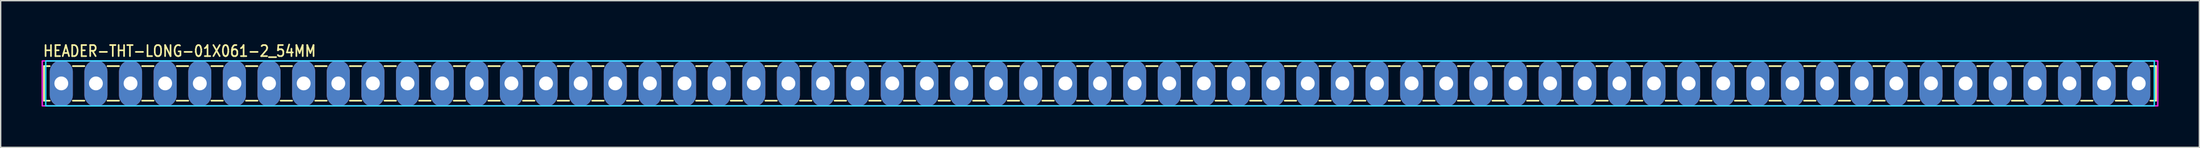
<source format=kicad_pcb>
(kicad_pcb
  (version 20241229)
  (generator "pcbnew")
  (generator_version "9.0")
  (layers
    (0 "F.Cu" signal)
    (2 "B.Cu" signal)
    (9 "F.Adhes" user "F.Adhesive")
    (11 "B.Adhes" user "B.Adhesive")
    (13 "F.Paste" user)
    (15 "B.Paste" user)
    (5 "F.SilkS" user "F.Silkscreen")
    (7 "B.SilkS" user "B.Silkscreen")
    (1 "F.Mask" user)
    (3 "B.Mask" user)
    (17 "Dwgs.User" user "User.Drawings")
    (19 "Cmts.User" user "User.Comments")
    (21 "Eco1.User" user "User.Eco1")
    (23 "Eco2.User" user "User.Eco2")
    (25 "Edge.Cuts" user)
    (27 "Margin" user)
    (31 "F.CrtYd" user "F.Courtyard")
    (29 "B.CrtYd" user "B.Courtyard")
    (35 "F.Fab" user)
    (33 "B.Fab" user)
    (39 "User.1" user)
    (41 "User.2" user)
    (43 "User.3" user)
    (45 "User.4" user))
  (footprint "HEADER-THT-LONG-01X061-2_54MM"
    (layer "F.Cu")
    (at 1.447 3.079)
    (property "Reference" "HEADER-THT-LONG-01X061-2_54MM" (at -1.4 -1.9 0) (unlocked yes) (layer "F.SilkS") (effects (font (size 0.813 0.695) (thickness 0.122)) (justify left bottom)))
    (fp_line (start -1.27 -1.27) (end -1.27 1.27) (stroke (width 0.127) (type solid)) (layer "F.SilkS"))
    (fp_line (start -1.27 1.27) (end -0.85 1.27) (stroke (width 0.127) (type solid)) (layer "F.SilkS"))
    (fp_line (start -0.85 -1.27) (end -1.27 -1.27) (stroke (width 0.127) (type solid)) (layer "F.SilkS"))
    (fp_line (start 0.85 -1.27) (end 1.69 -1.27) (stroke (width 0.127) (type solid)) (layer "F.SilkS"))
    (fp_line (start 0.85 1.27) (end 1.69 1.27) (stroke (width 0.127) (type solid)) (layer "F.SilkS"))
    (fp_line (start 3.39 -1.27) (end 4.23 -1.27) (stroke (width 0.127) (type solid)) (layer "F.SilkS"))
    (fp_line (start 3.39 1.27) (end 4.23 1.27) (stroke (width 0.127) (type solid)) (layer "F.SilkS"))
    (fp_line (start 5.93 -1.27) (end 6.77 -1.27) (stroke (width 0.127) (type solid)) (layer "F.SilkS"))
    (fp_line (start 5.93 1.27) (end 6.77 1.27) (stroke (width 0.127) (type solid)) (layer "F.SilkS"))
    (fp_line (start 8.47 -1.27) (end 9.31 -1.27) (stroke (width 0.127) (type solid)) (layer "F.SilkS"))
    (fp_line (start 8.47 1.27) (end 9.31 1.27) (stroke (width 0.127) (type solid)) (layer "F.SilkS"))
    (fp_line (start 11.01 -1.27) (end 11.85 -1.27) (stroke (width 0.127) (type solid)) (layer "F.SilkS"))
    (fp_line (start 11.01 1.27) (end 11.85 1.27) (stroke (width 0.127) (type solid)) (layer "F.SilkS"))
    (fp_line (start 13.55 -1.27) (end 14.39 -1.27) (stroke (width 0.127) (type solid)) (layer "F.SilkS"))
    (fp_line (start 13.55 1.27) (end 14.39 1.27) (stroke (width 0.127) (type solid)) (layer "F.SilkS"))
    (fp_line (start 16.09 -1.27) (end 16.93 -1.27) (stroke (width 0.127) (type solid)) (layer "F.SilkS"))
    (fp_line (start 16.09 1.27) (end 16.93 1.27) (stroke (width 0.127) (type solid)) (layer "F.SilkS"))
    (fp_line (start 18.63 -1.27) (end 19.47 -1.27) (stroke (width 0.127) (type solid)) (layer "F.SilkS"))
    (fp_line (start 18.63 1.27) (end 19.47 1.27) (stroke (width 0.127) (type solid)) (layer "F.SilkS"))
    (fp_line (start 21.17 -1.27) (end 22.01 -1.27) (stroke (width 0.127) (type solid)) (layer "F.SilkS"))
    (fp_line (start 21.17 1.27) (end 22.01 1.27) (stroke (width 0.127) (type solid)) (layer "F.SilkS"))
    (fp_line (start 23.71 -1.27) (end 24.55 -1.27) (stroke (width 0.127) (type solid)) (layer "F.SilkS"))
    (fp_line (start 23.71 1.27) (end 24.55 1.27) (stroke (width 0.127) (type solid)) (layer "F.SilkS"))
    (fp_line (start 26.25 -1.27) (end 27.09 -1.27) (stroke (width 0.127) (type solid)) (layer "F.SilkS"))
    (fp_line (start 26.25 1.27) (end 27.09 1.27) (stroke (width 0.127) (type solid)) (layer "F.SilkS"))
    (fp_line (start 28.79 -1.27) (end 29.63 -1.27) (stroke (width 0.127) (type solid)) (layer "F.SilkS"))
    (fp_line (start 28.79 1.27) (end 29.63 1.27) (stroke (width 0.127) (type solid)) (layer "F.SilkS"))
    (fp_line (start 31.33 -1.27) (end 32.17 -1.27) (stroke (width 0.127) (type solid)) (layer "F.SilkS"))
    (fp_line (start 31.33 1.27) (end 32.17 1.27) (stroke (width 0.127) (type solid)) (layer "F.SilkS"))
    (fp_line (start 33.87 -1.27) (end 34.71 -1.27) (stroke (width 0.127) (type solid)) (layer "F.SilkS"))
    (fp_line (start 33.87 1.27) (end 34.71 1.27) (stroke (width 0.127) (type solid)) (layer "F.SilkS"))
    (fp_line (start 36.41 -1.27) (end 37.25 -1.27) (stroke (width 0.127) (type solid)) (layer "F.SilkS"))
    (fp_line (start 36.41 1.27) (end 37.25 1.27) (stroke (width 0.127) (type solid)) (layer "F.SilkS"))
    (fp_line (start 38.95 -1.27) (end 39.79 -1.27) (stroke (width 0.127) (type solid)) (layer "F.SilkS"))
    (fp_line (start 38.95 1.27) (end 39.79 1.27) (stroke (width 0.127) (type solid)) (layer "F.SilkS"))
    (fp_line (start 41.49 -1.27) (end 42.33 -1.27) (stroke (width 0.127) (type solid)) (layer "F.SilkS"))
    (fp_line (start 41.49 1.27) (end 42.33 1.27) (stroke (width 0.127) (type solid)) (layer "F.SilkS"))
    (fp_line (start 44.03 -1.27) (end 44.87 -1.27) (stroke (width 0.127) (type solid)) (layer "F.SilkS"))
    (fp_line (start 44.03 1.27) (end 44.87 1.27) (stroke (width 0.127) (type solid)) (layer "F.SilkS"))
    (fp_line (start 46.57 -1.27) (end 47.41 -1.27) (stroke (width 0.127) (type solid)) (layer "F.SilkS"))
    (fp_line (start 46.57 1.27) (end 47.41 1.27) (stroke (width 0.127) (type solid)) (layer "F.SilkS"))
    (fp_line (start 49.11 -1.27) (end 49.95 -1.27) (stroke (width 0.127) (type solid)) (layer "F.SilkS"))
    (fp_line (start 49.11 1.27) (end 49.95 1.27) (stroke (width 0.127) (type solid)) (layer "F.SilkS"))
    (fp_line (start 51.65 -1.27) (end 52.49 -1.27) (stroke (width 0.127) (type solid)) (layer "F.SilkS"))
    (fp_line (start 51.65 1.27) (end 52.49 1.27) (stroke (width 0.127) (type solid)) (layer "F.SilkS"))
    (fp_line (start 54.19 -1.27) (end 55.03 -1.27) (stroke (width 0.127) (type solid)) (layer "F.SilkS"))
    (fp_line (start 54.19 1.27) (end 55.03 1.27) (stroke (width 0.127) (type solid)) (layer "F.SilkS"))
    (fp_line (start 56.73 -1.27) (end 57.57 -1.27) (stroke (width 0.127) (type solid)) (layer "F.SilkS"))
    (fp_line (start 56.73 1.27) (end 57.57 1.27) (stroke (width 0.127) (type solid)) (layer "F.SilkS"))
    (fp_line (start 59.27 -1.27) (end 60.11 -1.27) (stroke (width 0.127) (type solid)) (layer "F.SilkS"))
    (fp_line (start 59.27 1.27) (end 60.11 1.27) (stroke (width 0.127) (type solid)) (layer "F.SilkS"))
    (fp_line (start 61.81 -1.27) (end 62.65 -1.27) (stroke (width 0.127) (type solid)) (layer "F.SilkS"))
    (fp_line (start 61.81 1.27) (end 62.65 1.27) (stroke (width 0.127) (type solid)) (layer "F.SilkS"))
    (fp_line (start 64.35 -1.27) (end 65.19 -1.27) (stroke (width 0.127) (type solid)) (layer "F.SilkS"))
    (fp_line (start 64.35 1.27) (end 65.19 1.27) (stroke (width 0.127) (type solid)) (layer "F.SilkS"))
    (fp_line (start 66.89 -1.27) (end 67.73 -1.27) (stroke (width 0.127) (type solid)) (layer "F.SilkS"))
    (fp_line (start 66.89 1.27) (end 67.73 1.27) (stroke (width 0.127) (type solid)) (layer "F.SilkS"))
    (fp_line (start 69.43 -1.27) (end 70.27 -1.27) (stroke (width 0.127) (type solid)) (layer "F.SilkS"))
    (fp_line (start 69.43 1.27) (end 70.27 1.27) (stroke (width 0.127) (type solid)) (layer "F.SilkS"))
    (fp_line (start 71.97 -1.27) (end 72.81 -1.27) (stroke (width 0.127) (type solid)) (layer "F.SilkS"))
    (fp_line (start 71.97 1.27) (end 72.81 1.27) (stroke (width 0.127) (type solid)) (layer "F.SilkS"))
    (fp_line (start 74.51 -1.27) (end 75.35 -1.27) (stroke (width 0.127) (type solid)) (layer "F.SilkS"))
    (fp_line (start 74.51 1.27) (end 75.35 1.27) (stroke (width 0.127) (type solid)) (layer "F.SilkS"))
    (fp_line (start 77.05 -1.27) (end 77.89 -1.27) (stroke (width 0.127) (type solid)) (layer "F.SilkS"))
    (fp_line (start 77.05 1.27) (end 77.89 1.27) (stroke (width 0.127) (type solid)) (layer "F.SilkS"))
    (fp_line (start 79.59 -1.27) (end 80.43 -1.27) (stroke (width 0.127) (type solid)) (layer "F.SilkS"))
    (fp_line (start 79.59 1.27) (end 80.43 1.27) (stroke (width 0.127) (type solid)) (layer "F.SilkS"))
    (fp_line (start 82.13 -1.27) (end 82.97 -1.27) (stroke (width 0.127) (type solid)) (layer "F.SilkS"))
    (fp_line (start 82.13 1.27) (end 82.97 1.27) (stroke (width 0.127) (type solid)) (layer "F.SilkS"))
    (fp_line (start 84.67 -1.27) (end 85.51 -1.27) (stroke (width 0.127) (type solid)) (layer "F.SilkS"))
    (fp_line (start 84.67 1.27) (end 85.51 1.27) (stroke (width 0.127) (type solid)) (layer "F.SilkS"))
    (fp_line (start 87.21 -1.27) (end 88.05 -1.27) (stroke (width 0.127) (type solid)) (layer "F.SilkS"))
    (fp_line (start 87.21 1.27) (end 88.05 1.27) (stroke (width 0.127) (type solid)) (layer "F.SilkS"))
    (fp_line (start 89.75 -1.27) (end 90.59 -1.27) (stroke (width 0.127) (type solid)) (layer "F.SilkS"))
    (fp_line (start 89.75 1.27) (end 90.59 1.27) (stroke (width 0.127) (type solid)) (layer "F.SilkS"))
    (fp_line (start 92.29 -1.27) (end 93.13 -1.27) (stroke (width 0.127) (type solid)) (layer "F.SilkS"))
    (fp_line (start 92.29 1.27) (end 93.13 1.27) (stroke (width 0.127) (type solid)) (layer "F.SilkS"))
    (fp_line (start 94.83 -1.27) (end 95.67 -1.27) (stroke (width 0.127) (type solid)) (layer "F.SilkS"))
    (fp_line (start 94.83 1.27) (end 95.67 1.27) (stroke (width 0.127) (type solid)) (layer "F.SilkS"))
    (fp_line (start 97.37 -1.27) (end 98.21 -1.27) (stroke (width 0.127) (type solid)) (layer "F.SilkS"))
    (fp_line (start 97.37 1.27) (end 98.21 1.27) (stroke (width 0.127) (type solid)) (layer "F.SilkS"))
    (fp_line (start 99.91 -1.27) (end 100.75 -1.27) (stroke (width 0.127) (type solid)) (layer "F.SilkS"))
    (fp_line (start 99.91 1.27) (end 100.75 1.27) (stroke (width 0.127) (type solid)) (layer "F.SilkS"))
    (fp_line (start 102.45 -1.27) (end 103.29 -1.27) (stroke (width 0.127) (type solid)) (layer "F.SilkS"))
    (fp_line (start 102.45 1.27) (end 103.29 1.27) (stroke (width 0.127) (type solid)) (layer "F.SilkS"))
    (fp_line (start 104.99 -1.27) (end 105.83 -1.27) (stroke (width 0.127) (type solid)) (layer "F.SilkS"))
    (fp_line (start 104.99 1.27) (end 105.83 1.27) (stroke (width 0.127) (type solid)) (layer "F.SilkS"))
    (fp_line (start 107.53 -1.27) (end 108.37 -1.27) (stroke (width 0.127) (type solid)) (layer "F.SilkS"))
    (fp_line (start 107.53 1.27) (end 108.37 1.27) (stroke (width 0.127) (type solid)) (layer "F.SilkS"))
    (fp_line (start 110.07 -1.27) (end 110.91 -1.27) (stroke (width 0.127) (type solid)) (layer "F.SilkS"))
    (fp_line (start 110.07 1.27) (end 110.91 1.27) (stroke (width 0.127) (type solid)) (layer "F.SilkS"))
    (fp_line (start 112.61 -1.27) (end 113.45 -1.27) (stroke (width 0.127) (type solid)) (layer "F.SilkS"))
    (fp_line (start 112.61 1.27) (end 113.45 1.27) (stroke (width 0.127) (type solid)) (layer "F.SilkS"))
    (fp_line (start 115.15 -1.27) (end 115.99 -1.27) (stroke (width 0.127) (type solid)) (layer "F.SilkS"))
    (fp_line (start 115.15 1.27) (end 115.99 1.27) (stroke (width 0.127) (type solid)) (layer "F.SilkS"))
    (fp_line (start 117.69 -1.27) (end 118.53 -1.27) (stroke (width 0.127) (type solid)) (layer "F.SilkS"))
    (fp_line (start 117.69 1.27) (end 118.53 1.27) (stroke (width 0.127) (type solid)) (layer "F.SilkS"))
    (fp_line (start 120.23 -1.27) (end 121.07 -1.27) (stroke (width 0.127) (type solid)) (layer "F.SilkS"))
    (fp_line (start 120.23 1.27) (end 121.07 1.27) (stroke (width 0.127) (type solid)) (layer "F.SilkS"))
    (fp_line (start 122.77 -1.27) (end 123.61 -1.27) (stroke (width 0.127) (type solid)) (layer "F.SilkS"))
    (fp_line (start 122.77 1.27) (end 123.61 1.27) (stroke (width 0.127) (type solid)) (layer "F.SilkS"))
    (fp_line (start 125.31 -1.27) (end 126.15 -1.27) (stroke (width 0.127) (type solid)) (layer "F.SilkS"))
    (fp_line (start 125.31 1.27) (end 126.15 1.27) (stroke (width 0.127) (type solid)) (layer "F.SilkS"))
    (fp_line (start 127.85 -1.27) (end 128.69 -1.27) (stroke (width 0.127) (type solid)) (layer "F.SilkS"))
    (fp_line (start 127.85 1.27) (end 128.69 1.27) (stroke (width 0.127) (type solid)) (layer "F.SilkS"))
    (fp_line (start 130.39 -1.27) (end 131.23 -1.27) (stroke (width 0.127) (type solid)) (layer "F.SilkS"))
    (fp_line (start 130.39 1.27) (end 131.23 1.27) (stroke (width 0.127) (type solid)) (layer "F.SilkS"))
    (fp_line (start 132.93 -1.27) (end 133.77 -1.27) (stroke (width 0.127) (type solid)) (layer "F.SilkS"))
    (fp_line (start 132.93 1.27) (end 133.77 1.27) (stroke (width 0.127) (type solid)) (layer "F.SilkS"))
    (fp_line (start 135.47 -1.27) (end 136.31 -1.27) (stroke (width 0.127) (type solid)) (layer "F.SilkS"))
    (fp_line (start 135.47 1.27) (end 136.31 1.27) (stroke (width 0.127) (type solid)) (layer "F.SilkS"))
    (fp_line (start 138.01 -1.27) (end 138.85 -1.27) (stroke (width 0.127) (type solid)) (layer "F.SilkS"))
    (fp_line (start 138.01 1.27) (end 138.85 1.27) (stroke (width 0.127) (type solid)) (layer "F.SilkS"))
    (fp_line (start 140.55 -1.27) (end 141.39 -1.27) (stroke (width 0.127) (type solid)) (layer "F.SilkS"))
    (fp_line (start 140.55 1.27) (end 141.39 1.27) (stroke (width 0.127) (type solid)) (layer "F.SilkS"))
    (fp_line (start 143.09 -1.27) (end 143.93 -1.27) (stroke (width 0.127) (type solid)) (layer "F.SilkS"))
    (fp_line (start 143.09 1.27) (end 143.93 1.27) (stroke (width 0.127) (type solid)) (layer "F.SilkS"))
    (fp_line (start 145.63 -1.27) (end 146.47 -1.27) (stroke (width 0.127) (type solid)) (layer "F.SilkS"))
    (fp_line (start 145.63 1.27) (end 146.47 1.27) (stroke (width 0.127) (type solid)) (layer "F.SilkS"))
    (fp_line (start 148.17 -1.27) (end 149.01 -1.27) (stroke (width 0.127) (type solid)) (layer "F.SilkS"))
    (fp_line (start 148.17 1.27) (end 149.01 1.27) (stroke (width 0.127) (type solid)) (layer "F.SilkS"))
    (fp_line (start 150.71 -1.27) (end 151.55 -1.27) (stroke (width 0.127) (type solid)) (layer "F.SilkS"))
    (fp_line (start 150.71 1.27) (end 151.55 1.27) (stroke (width 0.127) (type solid)) (layer "F.SilkS"))
    (fp_line (start 153.25 -1.27) (end 153.67 -1.27) (stroke (width 0.127) (type solid)) (layer "F.SilkS"))
    (fp_line (start 153.67 -1.27) (end 153.67 1.27) (stroke (width 0.127) (type solid)) (layer "F.SilkS"))
    (fp_line (start 153.67 1.27) (end 153.25 1.27) (stroke (width 0.127) (type solid)) (layer "F.SilkS"))
    (fp_poly (pts (xy -1.143 -1.651) (xy 153.543 -1.651) (xy 153.543 1.651) (xy -1.143 1.651)) (stroke (width 0.1) (type solid)) (fill no) (layer "B.CrtYd"))
    (fp_poly (pts (xy -1.397 -1.651) (xy 153.797 -1.651) (xy 153.797 1.651) (xy -1.397 1.651)) (stroke (width 0.1) (type solid)) (fill no) (layer "F.CrtYd"))
    (pad "1" thru_hole oval (at 0 0 90) (size 3.387 1.693) (drill 1.016) (layers "*.Cu" "*.Mask"))
    (pad "2" thru_hole oval (at 2.54 0 90) (size 3.387 1.693) (drill 1.016) (layers "*.Cu" "*.Mask"))
    (pad "3" thru_hole oval (at 5.08 0 90) (size 3.387 1.693) (drill 1.016) (layers "*.Cu" "*.Mask"))
    (pad "4" thru_hole oval (at 7.62 0 90) (size 3.387 1.693) (drill 1.016) (layers "*.Cu" "*.Mask"))
    (pad "5" thru_hole oval (at 10.16 0 90) (size 3.387 1.693) (drill 1.016) (layers "*.Cu" "*.Mask"))
    (pad "6" thru_hole oval (at 12.7 0 90) (size 3.387 1.693) (drill 1.016) (layers "*.Cu" "*.Mask"))
    (pad "7" thru_hole oval (at 15.24 0 90) (size 3.387 1.693) (drill 1.016) (layers "*.Cu" "*.Mask"))
    (pad "8" thru_hole oval (at 17.78 0 90) (size 3.387 1.693) (drill 1.016) (layers "*.Cu" "*.Mask"))
    (pad "9" thru_hole oval (at 20.32 0 90) (size 3.387 1.693) (drill 1.016) (layers "*.Cu" "*.Mask"))
    (pad "10" thru_hole oval (at 22.86 0 90) (size 3.387 1.693) (drill 1.016) (layers "*.Cu" "*.Mask"))
    (pad "11" thru_hole oval (at 25.4 0 90) (size 3.387 1.693) (drill 1.016) (layers "*.Cu" "*.Mask"))
    (pad "12" thru_hole oval (at 27.94 0 90) (size 3.387 1.693) (drill 1.016) (layers "*.Cu" "*.Mask"))
    (pad "13" thru_hole oval (at 30.48 0 90) (size 3.387 1.693) (drill 1.016) (layers "*.Cu" "*.Mask"))
    (pad "14" thru_hole oval (at 33.02 0 90) (size 3.387 1.693) (drill 1.016) (layers "*.Cu" "*.Mask"))
    (pad "15" thru_hole oval (at 35.56 0 90) (size 3.387 1.693) (drill 1.016) (layers "*.Cu" "*.Mask"))
    (pad "16" thru_hole oval (at 38.1 0 90) (size 3.387 1.693) (drill 1.016) (layers "*.Cu" "*.Mask"))
    (pad "17" thru_hole oval (at 40.64 0 90) (size 3.387 1.693) (drill 1.016) (layers "*.Cu" "*.Mask"))
    (pad "18" thru_hole oval (at 43.18 0 90) (size 3.387 1.693) (drill 1.016) (layers "*.Cu" "*.Mask"))
    (pad "19" thru_hole oval (at 45.72 0 90) (size 3.387 1.693) (drill 1.016) (layers "*.Cu" "*.Mask"))
    (pad "20" thru_hole oval (at 48.26 0 90) (size 3.387 1.693) (drill 1.016) (layers "*.Cu" "*.Mask"))
    (pad "21" thru_hole oval (at 50.8 0 90) (size 3.387 1.693) (drill 1.016) (layers "*.Cu" "*.Mask"))
    (pad "22" thru_hole oval (at 53.34 0 90) (size 3.387 1.693) (drill 1.016) (layers "*.Cu" "*.Mask"))
    (pad "23" thru_hole oval (at 55.88 0 90) (size 3.387 1.693) (drill 1.016) (layers "*.Cu" "*.Mask"))
    (pad "24" thru_hole oval (at 58.42 0 90) (size 3.387 1.693) (drill 1.016) (layers "*.Cu" "*.Mask"))
    (pad "25" thru_hole oval (at 60.96 0 90) (size 3.387 1.693) (drill 1.016) (layers "*.Cu" "*.Mask"))
    (pad "26" thru_hole oval (at 63.5 0 90) (size 3.387 1.693) (drill 1.016) (layers "*.Cu" "*.Mask"))
    (pad "27" thru_hole oval (at 66.04 0 90) (size 3.387 1.693) (drill 1.016) (layers "*.Cu" "*.Mask"))
    (pad "28" thru_hole oval (at 68.58 0 90) (size 3.387 1.693) (drill 1.016) (layers "*.Cu" "*.Mask"))
    (pad "29" thru_hole oval (at 71.12 0 90) (size 3.387 1.693) (drill 1.016) (layers "*.Cu" "*.Mask"))
    (pad "30" thru_hole oval (at 73.66 0 90) (size 3.387 1.693) (drill 1.016) (layers "*.Cu" "*.Mask"))
    (pad "31" thru_hole oval (at 76.2 0 90) (size 3.387 1.693) (drill 1.016) (layers "*.Cu" "*.Mask"))
    (pad "32" thru_hole oval (at 78.74 0 90) (size 3.387 1.693) (drill 1.016) (layers "*.Cu" "*.Mask"))
    (pad "33" thru_hole oval (at 81.28 0 90) (size 3.387 1.693) (drill 1.016) (layers "*.Cu" "*.Mask"))
    (pad "34" thru_hole oval (at 83.82 0 90) (size 3.387 1.693) (drill 1.016) (layers "*.Cu" "*.Mask"))
    (pad "35" thru_hole oval (at 86.36 0 90) (size 3.387 1.693) (drill 1.016) (layers "*.Cu" "*.Mask"))
    (pad "36" thru_hole oval (at 88.9 0 90) (size 3.387 1.693) (drill 1.016) (layers "*.Cu" "*.Mask"))
    (pad "37" thru_hole oval (at 91.44 0 90) (size 3.387 1.693) (drill 1.016) (layers "*.Cu" "*.Mask"))
    (pad "38" thru_hole oval (at 93.98 0 90) (size 3.387 1.693) (drill 1.016) (layers "*.Cu" "*.Mask"))
    (pad "39" thru_hole oval (at 96.52 0 90) (size 3.387 1.693) (drill 1.016) (layers "*.Cu" "*.Mask"))
    (pad "40" thru_hole oval (at 99.06 0 90) (size 3.387 1.693) (drill 1.016) (layers "*.Cu" "*.Mask"))
    (pad "41" thru_hole oval (at 101.6 0 90) (size 3.387 1.693) (drill 1.016) (layers "*.Cu" "*.Mask"))
    (pad "42" thru_hole oval (at 104.14 0 90) (size 3.387 1.693) (drill 1.016) (layers "*.Cu" "*.Mask"))
    (pad "43" thru_hole oval (at 106.68 0 90) (size 3.387 1.693) (drill 1.016) (layers "*.Cu" "*.Mask"))
    (pad "44" thru_hole oval (at 109.22 0 90) (size 3.387 1.693) (drill 1.016) (layers "*.Cu" "*.Mask"))
    (pad "45" thru_hole oval (at 111.76 0 90) (size 3.387 1.693) (drill 1.016) (layers "*.Cu" "*.Mask"))
    (pad "46" thru_hole oval (at 114.3 0 90) (size 3.387 1.693) (drill 1.016) (layers "*.Cu" "*.Mask"))
    (pad "47" thru_hole oval (at 116.84 0 90) (size 3.387 1.693) (drill 1.016) (layers "*.Cu" "*.Mask"))
    (pad "48" thru_hole oval (at 119.38 0 90) (size 3.387 1.693) (drill 1.016) (layers "*.Cu" "*.Mask"))
    (pad "49" thru_hole oval (at 121.92 0 90) (size 3.387 1.693) (drill 1.016) (layers "*.Cu" "*.Mask"))
    (pad "50" thru_hole oval (at 124.46 0 90) (size 3.387 1.693) (drill 1.016) (layers "*.Cu" "*.Mask"))
    (pad "51" thru_hole oval (at 127 0 90) (size 3.387 1.693) (drill 1.016) (layers "*.Cu" "*.Mask"))
    (pad "52" thru_hole oval (at 129.54 0 90) (size 3.387 1.693) (drill 1.016) (layers "*.Cu" "*.Mask"))
    (pad "53" thru_hole oval (at 132.08 0 90) (size 3.387 1.693) (drill 1.016) (layers "*.Cu" "*.Mask"))
    (pad "54" thru_hole oval (at 134.62 0 90) (size 3.387 1.693) (drill 1.016) (layers "*.Cu" "*.Mask"))
    (pad "55" thru_hole oval (at 137.16 0 90) (size 3.387 1.693) (drill 1.016) (layers "*.Cu" "*.Mask"))
    (pad "56" thru_hole oval (at 139.7 0 90) (size 3.387 1.693) (drill 1.016) (layers "*.Cu" "*.Mask"))
    (pad "57" thru_hole oval (at 142.24 0 90) (size 3.387 1.693) (drill 1.016) (layers "*.Cu" "*.Mask"))
    (pad "58" thru_hole oval (at 144.78 0 90) (size 3.387 1.693) (drill 1.016) (layers "*.Cu" "*.Mask"))
    (pad "59" thru_hole oval (at 147.32 0 90) (size 3.387 1.693) (drill 1.016) (layers "*.Cu" "*.Mask"))
    (pad "60" thru_hole oval (at 149.86 0 90) (size 3.387 1.693) (drill 1.016) (layers "*.Cu" "*.Mask"))
    (pad "61" thru_hole oval (at 152.4 0 90) (size 3.387 1.693) (drill 1.016) (layers "*.Cu" "*.Mask")))
  (gr_rect
    (start -3 -3)
    (end 158.294 7.78)
    (stroke (width 0.1) (type default))
    (fill no)
    (layer "Edge.Cuts")))
</source>
